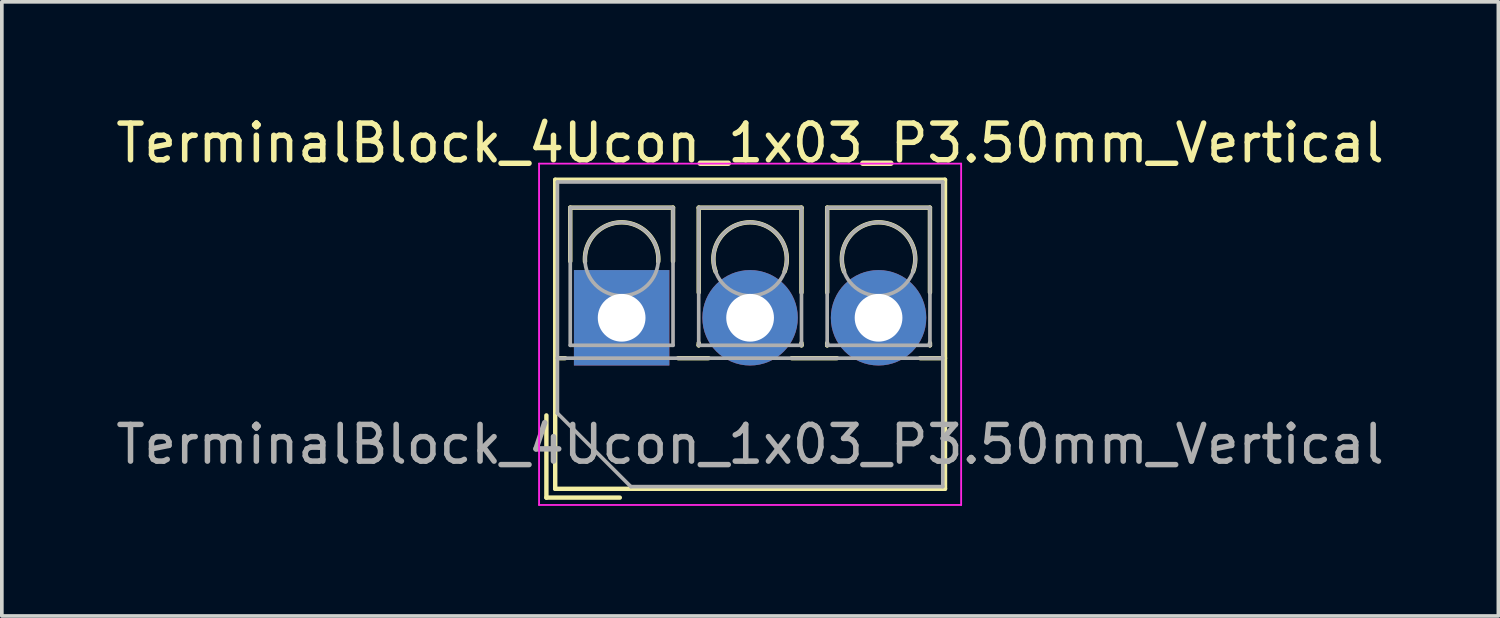
<source format=kicad_pcb>
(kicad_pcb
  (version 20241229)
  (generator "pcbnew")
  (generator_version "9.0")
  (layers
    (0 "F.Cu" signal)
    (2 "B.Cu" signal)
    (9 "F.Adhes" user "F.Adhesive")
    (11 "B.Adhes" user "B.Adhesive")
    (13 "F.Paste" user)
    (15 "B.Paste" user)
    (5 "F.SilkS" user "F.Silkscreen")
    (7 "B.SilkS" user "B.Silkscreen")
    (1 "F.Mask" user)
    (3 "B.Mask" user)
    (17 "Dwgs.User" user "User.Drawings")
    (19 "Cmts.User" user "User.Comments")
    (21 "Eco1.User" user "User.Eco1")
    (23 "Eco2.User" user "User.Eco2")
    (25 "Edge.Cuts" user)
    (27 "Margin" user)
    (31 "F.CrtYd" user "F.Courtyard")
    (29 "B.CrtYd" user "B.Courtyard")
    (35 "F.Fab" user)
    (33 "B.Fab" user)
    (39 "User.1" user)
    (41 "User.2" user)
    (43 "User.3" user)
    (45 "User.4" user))
  (footprint "TerminalBlock_4Ucon_1x03_P3.50mm_Vertical"
    (layer "F.Cu")
    (at 13.887 5.608)
    (property "Reference" "TerminalBlock_4Ucon_1x03_P3.50mm_Vertical" (at 3.5 -4.76 0) (layer "F.SilkS") (effects (font (size 1 1) (thickness 0.15))))
    (attr through_hole)
    (fp_line (start -2.05 2.66) (end -2.05 4.9) (stroke (width 0.12) (type solid)) (layer "F.SilkS"))
    (fp_line (start -2.05 4.9) (end -0.05 4.9) (stroke (width 0.12) (type solid)) (layer "F.SilkS"))
    (fp_line (start -1.81 -3.76) (end -1.81 4.66) (stroke (width 0.12) (type solid)) (layer "F.SilkS"))
    (fp_line (start -1.81 -3.76) (end 8.81 -3.76) (stroke (width 0.12) (type solid)) (layer "F.SilkS"))
    (fp_line (start -1.81 1.101) (end -1.54 1.101) (stroke (width 0.12) (type solid)) (layer "F.SilkS"))
    (fp_line (start -1.81 4.66) (end 8.81 4.66) (stroke (width 0.12) (type solid)) (layer "F.SilkS"))
    (fp_line (start -1.4 -3) (end -1.4 -1.54) (stroke (width 0.12) (type solid)) (layer "F.SilkS"))
    (fp_line (start -1.4 -3) (end 1.4 -3) (stroke (width 0.12) (type solid)) (layer "F.SilkS"))
    (fp_line (start 1.4 -3) (end 1.4 -1.54) (stroke (width 0.12) (type solid)) (layer "F.SilkS"))
    (fp_line (start 1.54 1.101) (end 2.367 1.101) (stroke (width 0.12) (type solid)) (layer "F.SilkS"))
    (fp_line (start 2.1 -3) (end 2.1 -0.689) (stroke (width 0.12) (type solid)) (layer "F.SilkS"))
    (fp_line (start 2.1 -3) (end 4.9 -3) (stroke (width 0.12) (type solid)) (layer "F.SilkS"))
    (fp_line (start 2.1 0.689) (end 2.1 0.75) (stroke (width 0.12) (type solid)) (layer "F.SilkS"))
    (fp_line (start 2.1 0.75) (end 2.101 0.75) (stroke (width 0.12) (type solid)) (layer "F.SilkS"))
    (fp_line (start 4.634 1.101) (end 5.867 1.101) (stroke (width 0.12) (type solid)) (layer "F.SilkS"))
    (fp_line (start 4.9 -3) (end 4.9 -0.689) (stroke (width 0.12) (type solid)) (layer "F.SilkS"))
    (fp_line (start 4.9 0.689) (end 4.9 0.75) (stroke (width 0.12) (type solid)) (layer "F.SilkS"))
    (fp_line (start 4.9 0.75) (end 4.9 0.75) (stroke (width 0.12) (type solid)) (layer "F.SilkS"))
    (fp_line (start 5.6 -3) (end 5.6 -0.689) (stroke (width 0.12) (type solid)) (layer "F.SilkS"))
    (fp_line (start 5.6 -3) (end 8.4 -3) (stroke (width 0.12) (type solid)) (layer "F.SilkS"))
    (fp_line (start 5.6 0.689) (end 5.6 0.75) (stroke (width 0.12) (type solid)) (layer "F.SilkS"))
    (fp_line (start 5.6 0.75) (end 5.601 0.75) (stroke (width 0.12) (type solid)) (layer "F.SilkS"))
    (fp_line (start 8.134 1.101) (end 8.81 1.101) (stroke (width 0.12) (type solid)) (layer "F.SilkS"))
    (fp_line (start 8.4 -3) (end 8.4 -0.689) (stroke (width 0.12) (type solid)) (layer "F.SilkS"))
    (fp_line (start 8.4 0.689) (end 8.4 0.75) (stroke (width 0.12) (type solid)) (layer "F.SilkS"))
    (fp_line (start 8.4 0.75) (end 8.4 0.75) (stroke (width 0.12) (type solid)) (layer "F.SilkS"))
    (fp_line (start 8.81 -3.76) (end 8.81 4.66) (stroke (width 0.12) (type solid)) (layer "F.SilkS"))
    (fp_arc (start -0.99789 -1.529434) (mid -0.000785 -2.600382) (end 0.998 -1.531) (stroke (width 0.12) (type solid)) (layer "F.SilkS"))
    (fp_arc (start 2.560085 -1.257767) (mid 3.499876 -2.600282) (end 4.44 -1.258) (stroke (width 0.12) (type solid)) (layer "F.SilkS"))
    (fp_arc (start 6.060085 -1.257767) (mid 6.999876 -2.600282) (end 7.94 -1.258) (stroke (width 0.12) (type solid)) (layer "F.SilkS"))
    (fp_line (start -2.25 -4.2) (end -2.25 5.1) (stroke (width 0.05) (type solid)) (layer "F.CrtYd"))
    (fp_line (start -2.25 5.1) (end 9.25 5.1) (stroke (width 0.05) (type solid)) (layer "F.CrtYd"))
    (fp_line (start 9.25 -4.2) (end -2.25 -4.2) (stroke (width 0.05) (type solid)) (layer "F.CrtYd"))
    (fp_line (start 9.25 5.1) (end 9.25 -4.2) (stroke (width 0.05) (type solid)) (layer "F.CrtYd"))
    (fp_line (start -1.75 -3.7) (end 8.75 -3.7) (stroke (width 0.1) (type solid)) (layer "F.Fab"))
    (fp_line (start -1.75 1.1) (end 8.75 1.1) (stroke (width 0.1) (type solid)) (layer "F.Fab"))
    (fp_line (start -1.75 2.6) (end -1.75 -3.7) (stroke (width 0.1) (type solid)) (layer "F.Fab"))
    (fp_line (start -1.4 -3) (end -1.4 0.75) (stroke (width 0.1) (type solid)) (layer "F.Fab"))
    (fp_line (start -1.4 0.75) (end 1.4 0.75) (stroke (width 0.1) (type solid)) (layer "F.Fab"))
    (fp_line (start 0.25 4.6) (end -1.75 2.6) (stroke (width 0.1) (type solid)) (layer "F.Fab"))
    (fp_line (start 1.4 -3) (end -1.4 -3) (stroke (width 0.1) (type solid)) (layer "F.Fab"))
    (fp_line (start 1.4 0.75) (end 1.4 -3) (stroke (width 0.1) (type solid)) (layer "F.Fab"))
    (fp_line (start 2.1 -3) (end 2.1 0.75) (stroke (width 0.1) (type solid)) (layer "F.Fab"))
    (fp_line (start 2.1 0.75) (end 4.9 0.75) (stroke (width 0.1) (type solid)) (layer "F.Fab"))
    (fp_line (start 4.9 -3) (end 2.1 -3) (stroke (width 0.1) (type solid)) (layer "F.Fab"))
    (fp_line (start 4.9 0.75) (end 4.9 -3) (stroke (width 0.1) (type solid)) (layer "F.Fab"))
    (fp_line (start 5.6 -3) (end 5.6 0.75) (stroke (width 0.1) (type solid)) (layer "F.Fab"))
    (fp_line (start 5.6 0.75) (end 8.4 0.75) (stroke (width 0.1) (type solid)) (layer "F.Fab"))
    (fp_line (start 8.4 -3) (end 5.6 -3) (stroke (width 0.1) (type solid)) (layer "F.Fab"))
    (fp_line (start 8.4 0.75) (end 8.4 -3) (stroke (width 0.1) (type solid)) (layer "F.Fab"))
    (fp_line (start 8.75 -3.7) (end 8.75 4.6) (stroke (width 0.1) (type solid)) (layer "F.Fab"))
    (fp_line (start 8.75 4.6) (end 0.25 4.6) (stroke (width 0.1) (type solid)) (layer "F.Fab"))
    (fp_circle (center 0 -1.6) (end 1 -1.6) (stroke (width 0.1) (type solid)) (fill no) (layer "F.Fab"))
    (fp_circle (center 3.5 -1.6) (end 4.5 -1.6) (stroke (width 0.1) (type solid)) (fill no) (layer "F.Fab"))
    (fp_circle (center 7 -1.6) (end 8 -1.6) (stroke (width 0.1) (type solid)) (fill no) (layer "F.Fab"))
    (fp_text user "${REFERENCE}" (at 3.5 3.45 0) (layer "F.Fab") (effects (font (size 1 1) (thickness 0.15))))
    (pad "1" thru_hole rect (at 0 0) (size 2.6 2.6) (drill 1.3) (layers "*.Cu" "*.Mask"))
    (pad "2" thru_hole circle (at 3.5 0) (size 2.6 2.6) (drill 1.3) (layers "*.Cu" "*.Mask"))
    (pad "3" thru_hole circle (at 7 0) (size 2.6 2.6) (drill 1.3) (layers "*.Cu" "*.Mask")))
  (gr_rect
    (start -3 -3)
    (end 37.774 13.733)
    (stroke (width 0.1) (type default))
    (fill no)
    (layer "Edge.Cuts")))
</source>
